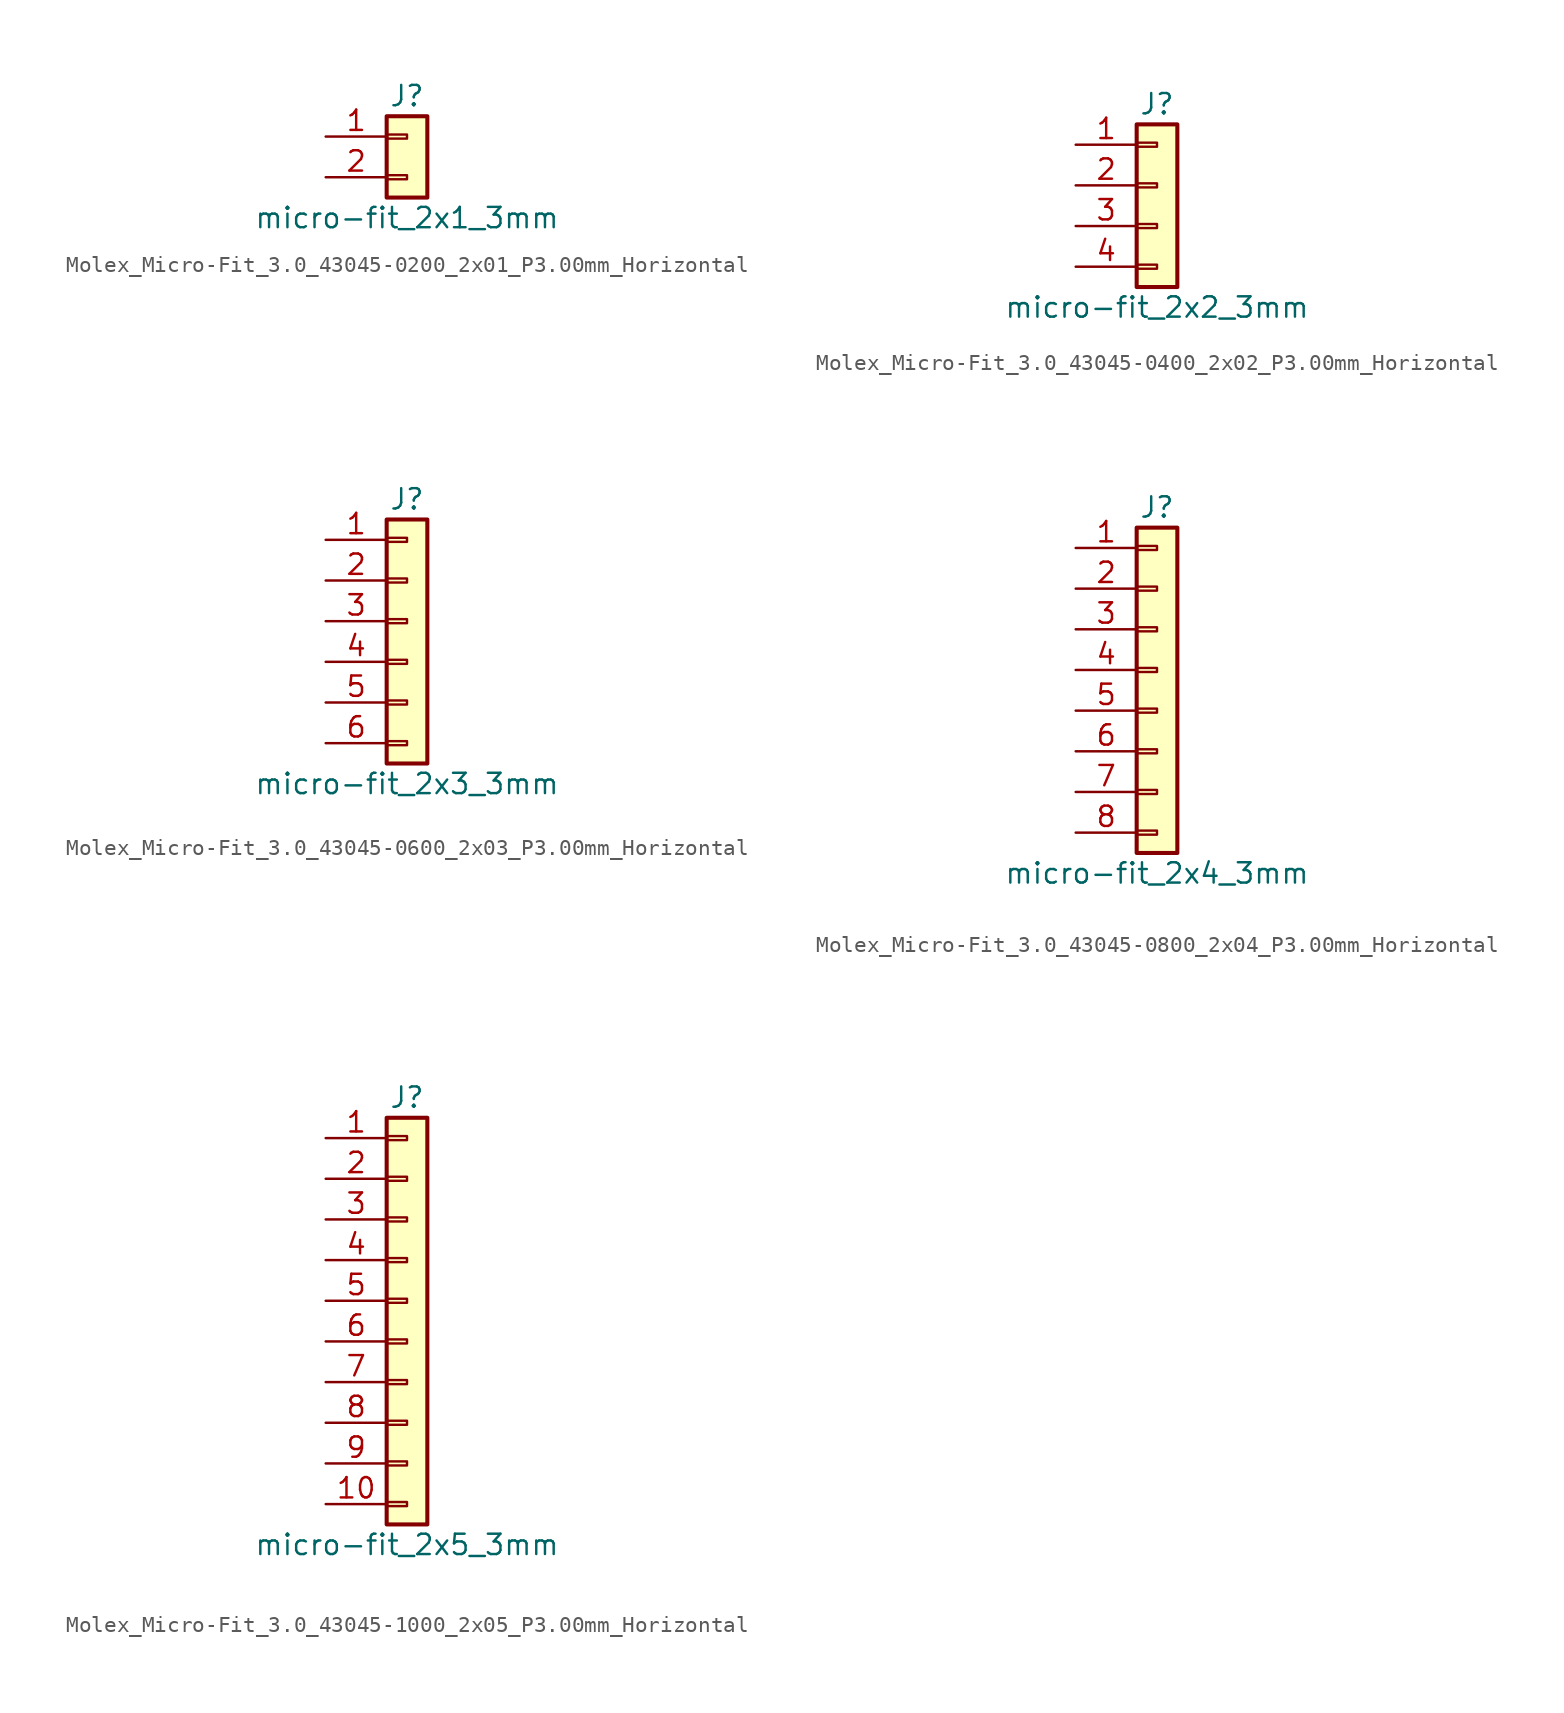
<source format=kicad_sym>
(kicad_symbol_lib
  (version 20220914)
  (generator kicad_symbol_editor)
  (symbol "Molex_Micro-Fit_3.0_43045-0200_2x01_P3.00mm_Horizontal"
    (pin_names
      (offset 1.016) hide)
    (property "Reference" "J"
      (at 0 2.54 0)
      (effects (font (size 1.27 1.27))))
    (property "Value" "micro-fit_2x1_3mm"
      (at 0 -5.08 0)
      (effects (font (size 1.27 1.27))))
    (symbol "Molex_Micro-Fit_3.0_43045-0200_2x01_P3.00mm_Horizontal_1_1"
      (rectangle (start -1.27 -2.413) (end 0 -2.667) (stroke (width 0.152) (type default)) (fill (type none)))
      (rectangle (start -1.27 0.127) (end 0 -0.127) (stroke (width 0.152) (type default)) (fill (type none)))
      (rectangle (start -1.27 1.27) (end 1.27 -3.81) (stroke (width 0.254) (type default)) (fill (type background)))
      (pin passive line (at -5.08 0 0) (length 3.81) (name "Pin_1" (effects (font (size 1.27 1.27)))) (number "1" (effects (font (size 1.27 1.27)))))
      (pin passive line (at -5.08 -2.54 0) (length 3.81) (name "Pin_2" (effects (font (size 1.27 1.27)))) (number "2" (effects (font (size 1.27 1.27)))))))
  (symbol "Molex_Micro-Fit_3.0_43045-0400_2x02_P3.00mm_Horizontal"
    (pin_names
      (offset 1.016) hide)
    (property "Reference" "J"
      (at 0 5.08 0)
      (effects (font (size 1.27 1.27))))
    (property "Value" "micro-fit_2x2_3mm"
      (at 0 -7.62 0)
      (effects (font (size 1.27 1.27))))
    (symbol "Molex_Micro-Fit_3.0_43045-0400_2x02_P3.00mm_Horizontal_1_1"
      (rectangle (start -1.27 -4.953) (end 0 -5.207) (stroke (width 0.152) (type default)) (fill (type none)))
      (rectangle (start -1.27 -2.413) (end 0 -2.667) (stroke (width 0.152) (type default)) (fill (type none)))
      (rectangle (start -1.27 0.127) (end 0 -0.127) (stroke (width 0.152) (type default)) (fill (type none)))
      (rectangle (start -1.27 2.667) (end 0 2.413) (stroke (width 0.152) (type default)) (fill (type none)))
      (rectangle (start -1.27 3.81) (end 1.27 -6.35) (stroke (width 0.254) (type default)) (fill (type background)))
      (pin passive line (at -5.08 2.54 0) (length 3.81) (name "Pin_1" (effects (font (size 1.27 1.27)))) (number "1" (effects (font (size 1.27 1.27)))))
      (pin passive line (at -5.08 0 0) (length 3.81) (name "Pin_2" (effects (font (size 1.27 1.27)))) (number "2" (effects (font (size 1.27 1.27)))))
      (pin passive line (at -5.08 -2.54 0) (length 3.81) (name "Pin_3" (effects (font (size 1.27 1.27)))) (number "3" (effects (font (size 1.27 1.27)))))
      (pin passive line (at -5.08 -5.08 0) (length 3.81) (name "Pin_4" (effects (font (size 1.27 1.27)))) (number "4" (effects (font (size 1.27 1.27)))))))
  (symbol "Molex_Micro-Fit_3.0_43045-0600_2x03_P3.00mm_Horizontal"
    (pin_names
      (offset 1.016) hide)
    (property "Reference" "J"
      (at 0 7.62 0)
      (effects (font (size 1.27 1.27))))
    (property "Value" "micro-fit_2x3_3mm"
      (at 0 -10.16 0)
      (effects (font (size 1.27 1.27))))
    (symbol "Molex_Micro-Fit_3.0_43045-0600_2x03_P3.00mm_Horizontal_1_1"
      (rectangle (start -1.27 -7.493) (end 0 -7.747) (stroke (width 0.152) (type default)) (fill (type none)))
      (rectangle (start -1.27 -4.953) (end 0 -5.207) (stroke (width 0.152) (type default)) (fill (type none)))
      (rectangle (start -1.27 -2.413) (end 0 -2.667) (stroke (width 0.152) (type default)) (fill (type none)))
      (rectangle (start -1.27 0.127) (end 0 -0.127) (stroke (width 0.152) (type default)) (fill (type none)))
      (rectangle (start -1.27 2.667) (end 0 2.413) (stroke (width 0.152) (type default)) (fill (type none)))
      (rectangle (start -1.27 5.207) (end 0 4.953) (stroke (width 0.152) (type default)) (fill (type none)))
      (rectangle (start -1.27 6.35) (end 1.27 -8.89) (stroke (width 0.254) (type default)) (fill (type background)))
      (pin passive line (at -5.08 5.08 0) (length 3.81) (name "Pin_1" (effects (font (size 1.27 1.27)))) (number "1" (effects (font (size 1.27 1.27)))))
      (pin passive line (at -5.08 2.54 0) (length 3.81) (name "Pin_2" (effects (font (size 1.27 1.27)))) (number "2" (effects (font (size 1.27 1.27)))))
      (pin passive line (at -5.08 0 0) (length 3.81) (name "Pin_3" (effects (font (size 1.27 1.27)))) (number "3" (effects (font (size 1.27 1.27)))))
      (pin passive line (at -5.08 -2.54 0) (length 3.81) (name "Pin_4" (effects (font (size 1.27 1.27)))) (number "4" (effects (font (size 1.27 1.27)))))
      (pin passive line (at -5.08 -5.08 0) (length 3.81) (name "Pin_5" (effects (font (size 1.27 1.27)))) (number "5" (effects (font (size 1.27 1.27)))))
      (pin passive line (at -5.08 -7.62 0) (length 3.81) (name "Pin_6" (effects (font (size 1.27 1.27)))) (number "6" (effects (font (size 1.27 1.27)))))))
  (symbol "Molex_Micro-Fit_3.0_43045-0800_2x04_P3.00mm_Horizontal"
    (pin_names
      (offset 1.016) hide)
    (property "Reference" "J"
      (at 0 10.16 0)
      (effects (font (size 1.27 1.27))))
    (property "Value" "micro-fit_2x4_3mm"
      (at 0 -12.7 0)
      (effects (font (size 1.27 1.27))))
    (symbol "Molex_Micro-Fit_3.0_43045-0800_2x04_P3.00mm_Horizontal_1_1"
      (rectangle (start -1.27 -10.033) (end 0 -10.287) (stroke (width 0.152) (type default)) (fill (type none)))
      (rectangle (start -1.27 -7.493) (end 0 -7.747) (stroke (width 0.152) (type default)) (fill (type none)))
      (rectangle (start -1.27 -4.953) (end 0 -5.207) (stroke (width 0.152) (type default)) (fill (type none)))
      (rectangle (start -1.27 -2.413) (end 0 -2.667) (stroke (width 0.152) (type default)) (fill (type none)))
      (rectangle (start -1.27 0.127) (end 0 -0.127) (stroke (width 0.152) (type default)) (fill (type none)))
      (rectangle (start -1.27 2.667) (end 0 2.413) (stroke (width 0.152) (type default)) (fill (type none)))
      (rectangle (start -1.27 5.207) (end 0 4.953) (stroke (width 0.152) (type default)) (fill (type none)))
      (rectangle (start -1.27 7.747) (end 0 7.493) (stroke (width 0.152) (type default)) (fill (type none)))
      (rectangle (start -1.27 8.89) (end 1.27 -11.43) (stroke (width 0.254) (type default)) (fill (type background)))
      (pin passive line (at -5.08 7.62 0) (length 3.81) (name "Pin_1" (effects (font (size 1.27 1.27)))) (number "1" (effects (font (size 1.27 1.27)))))
      (pin passive line (at -5.08 5.08 0) (length 3.81) (name "Pin_2" (effects (font (size 1.27 1.27)))) (number "2" (effects (font (size 1.27 1.27)))))
      (pin passive line (at -5.08 2.54 0) (length 3.81) (name "Pin_3" (effects (font (size 1.27 1.27)))) (number "3" (effects (font (size 1.27 1.27)))))
      (pin passive line (at -5.08 0 0) (length 3.81) (name "Pin_4" (effects (font (size 1.27 1.27)))) (number "4" (effects (font (size 1.27 1.27)))))
      (pin passive line (at -5.08 -2.54 0) (length 3.81) (name "Pin_5" (effects (font (size 1.27 1.27)))) (number "5" (effects (font (size 1.27 1.27)))))
      (pin passive line (at -5.08 -5.08 0) (length 3.81) (name "Pin_6" (effects (font (size 1.27 1.27)))) (number "6" (effects (font (size 1.27 1.27)))))
      (pin passive line (at -5.08 -7.62 0) (length 3.81) (name "Pin_7" (effects (font (size 1.27 1.27)))) (number "7" (effects (font (size 1.27 1.27)))))
      (pin passive line (at -5.08 -10.16 0) (length 3.81) (name "Pin_8" (effects (font (size 1.27 1.27)))) (number "8" (effects (font (size 1.27 1.27)))))))
  (symbol "Molex_Micro-Fit_3.0_43045-1000_2x05_P3.00mm_Horizontal"
    (pin_names
      (offset 1.016) hide)
    (property "Reference" "J"
      (at 0 12.7 0)
      (effects (font (size 1.27 1.27))))
    (property "Value" "micro-fit_2x5_3mm"
      (at 0 -15.24 0)
      (effects (font (size 1.27 1.27))))
    (symbol "Molex_Micro-Fit_3.0_43045-1000_2x05_P3.00mm_Horizontal_1_1"
      (rectangle (start -1.27 -12.573) (end 0 -12.827) (stroke (width 0.152) (type default)) (fill (type none)))
      (rectangle (start -1.27 -10.033) (end 0 -10.287) (stroke (width 0.152) (type default)) (fill (type none)))
      (rectangle (start -1.27 -7.493) (end 0 -7.747) (stroke (width 0.152) (type default)) (fill (type none)))
      (rectangle (start -1.27 -4.953) (end 0 -5.207) (stroke (width 0.152) (type default)) (fill (type none)))
      (rectangle (start -1.27 -2.413) (end 0 -2.667) (stroke (width 0.152) (type default)) (fill (type none)))
      (rectangle (start -1.27 0.127) (end 0 -0.127) (stroke (width 0.152) (type default)) (fill (type none)))
      (rectangle (start -1.27 2.667) (end 0 2.413) (stroke (width 0.152) (type default)) (fill (type none)))
      (rectangle (start -1.27 5.207) (end 0 4.953) (stroke (width 0.152) (type default)) (fill (type none)))
      (rectangle (start -1.27 7.747) (end 0 7.493) (stroke (width 0.152) (type default)) (fill (type none)))
      (rectangle (start -1.27 10.287) (end 0 10.033) (stroke (width 0.152) (type default)) (fill (type none)))
      (rectangle (start -1.27 11.43) (end 1.27 -13.97) (stroke (width 0.254) (type default)) (fill (type background)))
      (pin passive line (at -5.08 10.16 0) (length 3.81) (name "Pin_1" (effects (font (size 1.27 1.27)))) (number "1" (effects (font (size 1.27 1.27)))))
      (pin passive line (at -5.08 -12.7 0) (length 3.81) (name "Pin_10" (effects (font (size 1.27 1.27)))) (number "10" (effects (font (size 1.27 1.27)))))
      (pin passive line (at -5.08 7.62 0) (length 3.81) (name "Pin_2" (effects (font (size 1.27 1.27)))) (number "2" (effects (font (size 1.27 1.27)))))
      (pin passive line (at -5.08 5.08 0) (length 3.81) (name "Pin_3" (effects (font (size 1.27 1.27)))) (number "3" (effects (font (size 1.27 1.27)))))
      (pin passive line (at -5.08 2.54 0) (length 3.81) (name "Pin_4" (effects (font (size 1.27 1.27)))) (number "4" (effects (font (size 1.27 1.27)))))
      (pin passive line (at -5.08 0 0) (length 3.81) (name "Pin_5" (effects (font (size 1.27 1.27)))) (number "5" (effects (font (size 1.27 1.27)))))
      (pin passive line (at -5.08 -2.54 0) (length 3.81) (name "Pin_6" (effects (font (size 1.27 1.27)))) (number "6" (effects (font (size 1.27 1.27)))))
      (pin passive line (at -5.08 -5.08 0) (length 3.81) (name "Pin_7" (effects (font (size 1.27 1.27)))) (number "7" (effects (font (size 1.27 1.27)))))
      (pin passive line (at -5.08 -7.62 0) (length 3.81) (name "Pin_8" (effects (font (size 1.27 1.27)))) (number "8" (effects (font (size 1.27 1.27)))))
      (pin passive line (at -5.08 -10.16 0) (length 3.81) (name "Pin_9" (effects (font (size 1.27 1.27)))) (number "9" (effects (font (size 1.27 1.27))))))))
</source>
